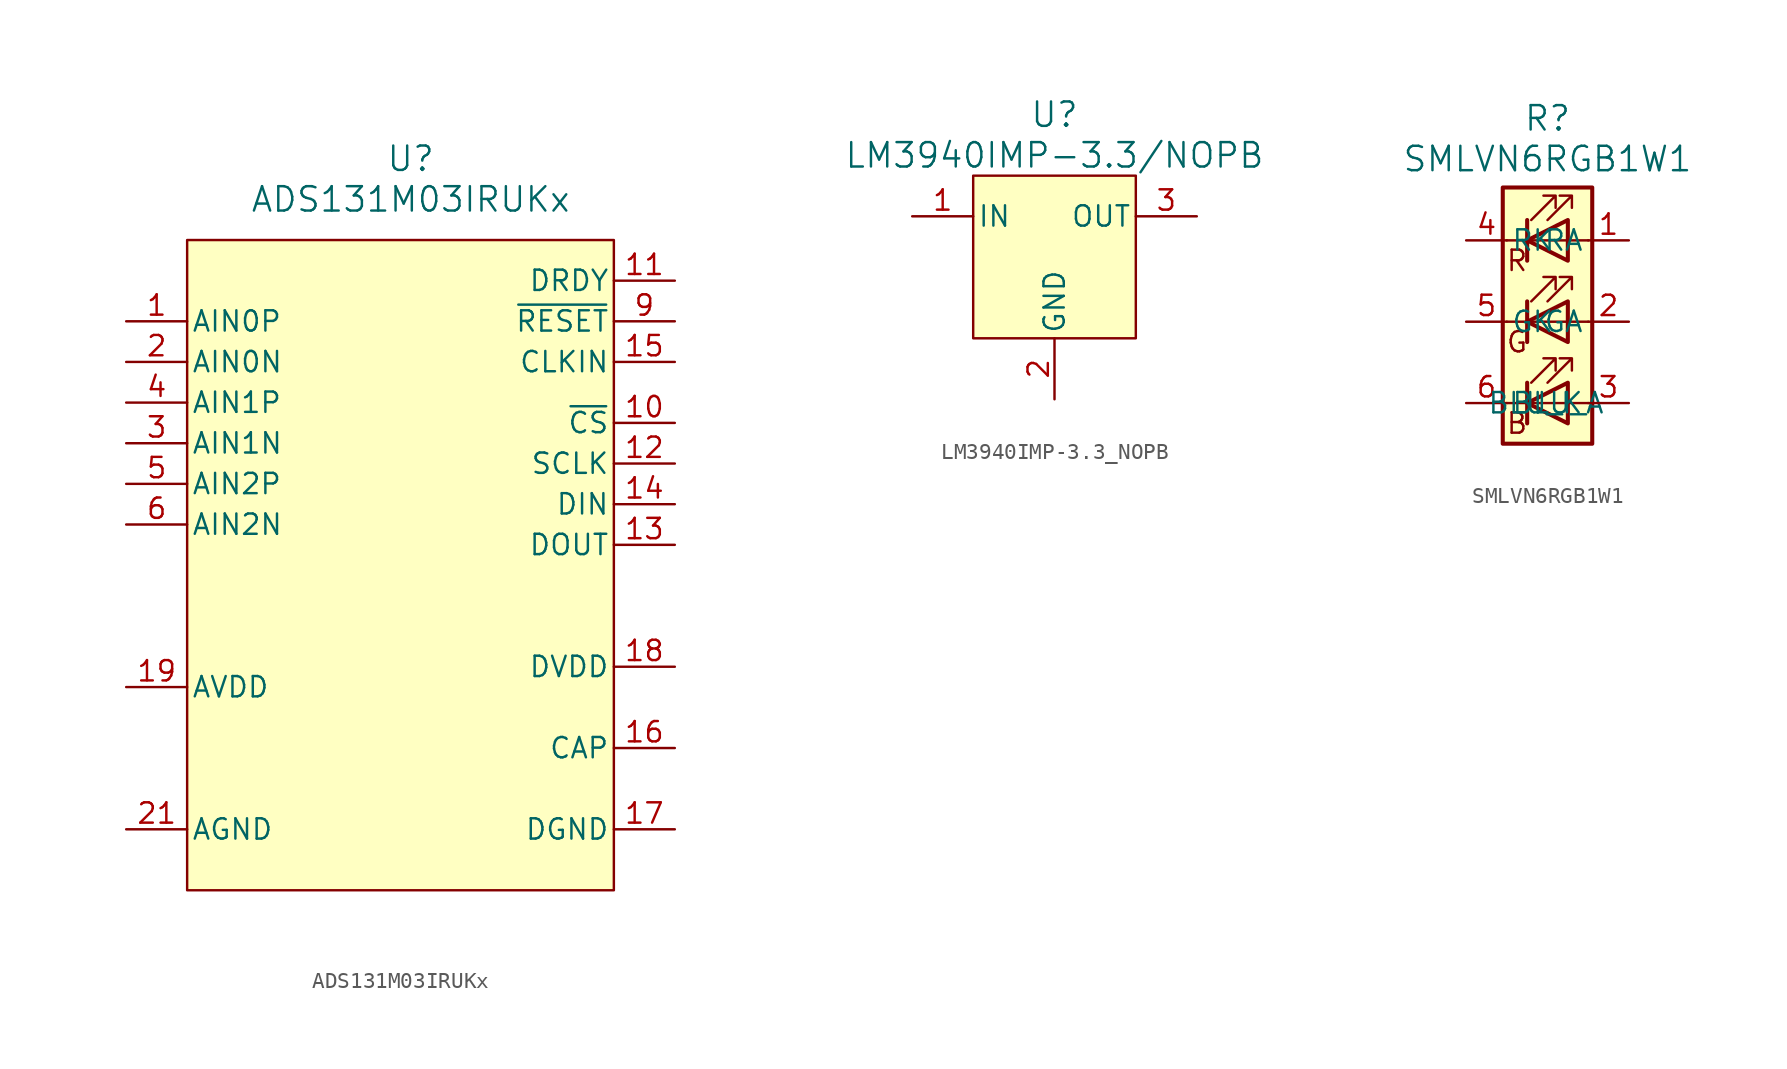
<source format=kicad_sym>
(kicad_symbol_lib
  (version 20241209)
  (generator "kicad_symbol_editor")
  (generator_version "9.0")
  (symbol "ADS131M03IRUKx"
    (pin_names
      (offset 0.254))
    (property "Reference" "U"
      (at 0 24.13 0)
      (effects (font (size 1.524 1.524))))
    (property "Value" "ADS131M03IRUKx"
      (at 0 21.59 0)
      (effects (font (size 1.524 1.524))))
    (symbol "ADS131M03IRUKx_1_1"
      (rectangle (start -13.97 19.05) (end 12.7 -21.59) (stroke (width 0) (type default)) (fill (type background)))
      (pin input line (at -17.78 13.97 0) (length 3.81) (name "AIN0P" (effects (font (size 1.27 1.27)))) (number "1" (effects (font (size 1.27 1.27)))))
      (pin input line (at -17.78 11.43 0) (length 3.81) (name "AIN0N" (effects (font (size 1.27 1.27)))) (number "2" (effects (font (size 1.27 1.27)))))
      (pin input line (at -17.78 8.89 0) (length 3.81) (name "AIN1P" (effects (font (size 1.27 1.27)))) (number "4" (effects (font (size 1.27 1.27)))))
      (pin input line (at -17.78 6.35 0) (length 3.81) (name "AIN1N" (effects (font (size 1.27 1.27)))) (number "3" (effects (font (size 1.27 1.27)))))
      (pin input line (at -17.78 3.81 0) (length 3.81) (name "AIN2P" (effects (font (size 1.27 1.27)))) (number "5" (effects (font (size 1.27 1.27)))))
      (pin input line (at -17.78 1.27 0) (length 3.81) (name "AIN2N" (effects (font (size 1.27 1.27)))) (number "6" (effects (font (size 1.27 1.27)))))
      (pin power_in line (at -17.78 -8.89 0) (length 3.81) (name "AVDD" (effects (font (size 1.27 1.27)))) (number "19" (effects (font (size 1.27 1.27)))))
      (pin power_in line (at -17.78 -17.78 0) (length 3.81) (hide yes) (name "AGND" (effects (font (size 1.27 1.27)))) (number "20" (effects (font (size 1.27 1.27)))))
      (pin power_in line (at -17.78 -17.78 0) (length 3.81) (name "AGND" (effects (font (size 1.27 1.27)))) (number "21" (effects (font (size 1.27 1.27)))))
      (pin no_connect line (at 0 6.35 90) (length 3.81) (hide yes) (name "NC" (effects (font (size 1.27 1.27)))) (number "8" (effects (font (size 1.27 1.27)))))
      (pin no_connect line (at 0 -5.08 90) (length 3.81) (hide yes) (name "NC" (effects (font (size 1.27 1.27)))) (number "7" (effects (font (size 1.27 1.27)))))
      (pin output line (at 16.51 16.51 180) (length 3.81) (name "DRDY" (effects (font (size 1.27 1.27)))) (number "11" (effects (font (size 1.27 1.27)))))
      (pin input line (at 16.51 13.97 180) (length 3.81) (name "~{RESET}" (effects (font (size 1.27 1.27)))) (number "9" (effects (font (size 1.27 1.27)))) (alternate "~{SYNC}" input line))
      (pin input line (at 16.51 11.43 180) (length 3.81) (name "CLKIN" (effects (font (size 1.27 1.27)))) (number "15" (effects (font (size 1.27 1.27)))))
      (pin input line (at 16.51 7.62 180) (length 3.81) (name "~{CS}" (effects (font (size 1.27 1.27)))) (number "10" (effects (font (size 1.27 1.27)))))
      (pin input line (at 16.51 5.08 180) (length 3.81) (name "SCLK" (effects (font (size 1.27 1.27)))) (number "12" (effects (font (size 1.27 1.27)))))
      (pin input line (at 16.51 2.54 180) (length 3.81) (name "DIN" (effects (font (size 1.27 1.27)))) (number "14" (effects (font (size 1.27 1.27)))))
      (pin output line (at 16.51 0 180) (length 3.81) (name "DOUT" (effects (font (size 1.27 1.27)))) (number "13" (effects (font (size 1.27 1.27)))))
      (pin power_in line (at 16.51 -7.62 180) (length 3.81) (name "DVDD" (effects (font (size 1.27 1.27)))) (number "18" (effects (font (size 1.27 1.27)))))
      (pin passive line (at 16.51 -12.7 180) (length 3.81) (name "CAP" (effects (font (size 1.27 1.27)))) (number "16" (effects (font (size 1.27 1.27)))))
      (pin power_in line (at 16.51 -17.78 180) (length 3.81) (name "DGND" (effects (font (size 1.27 1.27)))) (number "17" (effects (font (size 1.27 1.27)))))))
  (symbol "LM3940IMP-3.3_NOPB"
    (pin_names
      (offset 0.254))
    (property "Reference" "U"
      (at 0 6.35 0)
      (effects (font (size 1.524 1.524))))
    (property "Value" "LM3940IMP-3.3/NOPB"
      (at 0 3.81 0)
      (effects (font (size 1.524 1.524))))
    (symbol "LM3940IMP-3.3_NOPB_1_1"
      (rectangle (start -5.08 2.54) (end 5.08 -7.62) (stroke (width 0) (type default)) (fill (type background)))
      (pin power_in line (at -8.89 0 0) (length 3.81) (name "IN" (effects (font (size 1.27 1.27)))) (number "1" (effects (font (size 1.27 1.27)))))
      (pin power_in line (at 0 -11.43 90) (length 3.81) (name "GND" (effects (font (size 1.27 1.27)))) (number "2" (effects (font (size 1.27 1.27)))))
      (pin power_in line (at 0 -11.43 90) (length 3.81) (hide yes) (name "GND" (effects (font (size 1.27 1.27)))) (number "4" (effects (font (size 1.27 1.27)))))
      (pin power_out line (at 8.89 0 180) (length 3.81) (name "OUT" (effects (font (size 1.27 1.27)))) (number "3" (effects (font (size 1.27 1.27)))))))
  (symbol "SMLVN6RGB1W1"
    (pin_names
      (offset 0.254))
    (property "Reference" "R"
      (at 0 12.7 0)
      (effects (font (size 1.524 1.524))))
    (property "Value" "SMLVN6RGB1W1"
      (at 0 10.16 0)
      (effects (font (size 1.524 1.524))))
    (property "ki_locked" ""
      (at 0 0 0)
      (effects (font (size 1.27 1.27))))
    (symbol "SMLVN6RGB1W1_0_0"
      (text "R" (at -1.905 3.81 0) (effects (font (size 1.27 1.27))))
      (text "G" (at -1.905 -1.27 0) (effects (font (size 1.27 1.27))))
      (text "B" (at -1.905 -6.35 0) (effects (font (size 1.27 1.27)))))
    (symbol "SMLVN6RGB1W1_0_1"
      (rectangle (start -2.794 8.382) (end 2.794 -7.62) (stroke (width 0.254) (type default)) (fill (type background)))
      (polyline (pts (xy -1.27 6.35) (xy -1.27 3.81)) (stroke (width 0.254) (type default)) (fill (type none)))
      (polyline (pts (xy -1.27 6.35) (xy -1.27 3.81) (xy -1.27 3.81)) (stroke (width 0) (type default)) (fill (type none)))
      (polyline (pts (xy -1.27 5.08) (xy -2.54 5.08)) (stroke (width 0) (type default)) (fill (type none)))
      (polyline (pts (xy -1.27 5.08) (xy 1.27 5.08)) (stroke (width 0) (type default)) (fill (type none)))
      (polyline (pts (xy -1.27 1.27) (xy -1.27 -1.27)) (stroke (width 0.254) (type default)) (fill (type none)))
      (polyline (pts (xy -1.27 1.27) (xy -1.27 -1.27) (xy -1.27 -1.27)) (stroke (width 0) (type default)) (fill (type none)))
      (polyline (pts (xy -1.27 0) (xy -2.54 0)) (stroke (width 0) (type default)) (fill (type none)))
      (polyline (pts (xy -1.27 -3.81) (xy -1.27 -6.35)) (stroke (width 0.254) (type default)) (fill (type none)))
      (polyline (pts (xy -1.27 -5.08) (xy -2.54 -5.08)) (stroke (width 0) (type default)) (fill (type none)))
      (polyline (pts (xy -1.27 -5.08) (xy 1.27 -5.08)) (stroke (width 0) (type default)) (fill (type none)))
      (polyline (pts (xy -1.016 6.35) (xy 0.508 7.874) (xy -0.254 7.874) (xy 0.508 7.874) (xy 0.508 7.112)) (stroke (width 0) (type default)) (fill (type none)))
      (polyline (pts (xy -1.016 1.27) (xy 0.508 2.794) (xy -0.254 2.794) (xy 0.508 2.794) (xy 0.508 2.032)) (stroke (width 0) (type default)) (fill (type none)))
      (polyline (pts (xy -1.016 -3.81) (xy 0.508 -2.286) (xy -0.254 -2.286) (xy 0.508 -2.286) (xy 0.508 -3.048)) (stroke (width 0) (type default)) (fill (type none)))
      (polyline (pts (xy 0 6.35) (xy 1.524 7.874) (xy 0.762 7.874) (xy 1.524 7.874) (xy 1.524 7.112)) (stroke (width 0) (type default)) (fill (type none)))
      (polyline (pts (xy 0 1.27) (xy 1.524 2.794) (xy 0.762 2.794) (xy 1.524 2.794) (xy 1.524 2.032)) (stroke (width 0) (type default)) (fill (type none)))
      (polyline (pts (xy 0 -3.81) (xy 1.524 -2.286) (xy 0.762 -2.286) (xy 1.524 -2.286) (xy 1.524 -3.048)) (stroke (width 0) (type default)) (fill (type none)))
      (polyline (pts (xy 1.27 6.35) (xy 1.27 3.81) (xy -1.27 5.08) (xy 1.27 6.35)) (stroke (width 0.254) (type default)) (fill (type none)))
      (rectangle (start 1.27 6.35) (end 1.27 6.35) (stroke (width 0) (type default)) (fill (type none)))
      (polyline (pts (xy 1.27 5.08) (xy 2.54 5.08)) (stroke (width 0) (type default)) (fill (type none)))
      (rectangle (start 1.27 3.81) (end 1.27 6.35) (stroke (width 0) (type default)) (fill (type none)))
      (polyline (pts (xy 1.27 1.27) (xy 1.27 -1.27) (xy -1.27 0) (xy 1.27 1.27)) (stroke (width 0.254) (type default)) (fill (type none)))
      (rectangle (start 1.27 1.27) (end 1.27 1.27) (stroke (width 0) (type default)) (fill (type none)))
      (polyline (pts (xy 1.27 0) (xy -1.27 0)) (stroke (width 0) (type default)) (fill (type none)))
      (polyline (pts (xy 1.27 0) (xy 2.54 0)) (stroke (width 0) (type default)) (fill (type none)))
      (rectangle (start 1.27 -1.27) (end 1.27 1.27) (stroke (width 0) (type default)) (fill (type none)))
      (polyline (pts (xy 1.27 -3.81) (xy 1.27 -6.35) (xy -1.27 -5.08) (xy 1.27 -3.81)) (stroke (width 0.254) (type default)) (fill (type none)))
      (polyline (pts (xy 1.27 -5.08) (xy 2.54 -5.08)) (stroke (width 0) (type default)) (fill (type none))))
    (symbol "SMLVN6RGB1W1_1_1"
      (pin passive line (at -5.08 5.08 0) (length 2.54) (name "RK" (effects (font (size 1.27 1.27)))) (number "4" (effects (font (size 1.27 1.27)))))
      (pin passive line (at -5.08 0 0) (length 2.54) (name "GK" (effects (font (size 1.27 1.27)))) (number "5" (effects (font (size 1.27 1.27)))))
      (pin passive line (at -5.08 -5.08 0) (length 2.54) (name "BLU_A" (effects (font (size 1.27 1.27)))) (number "6" (effects (font (size 1.27 1.27)))))
      (pin passive line (at 5.08 5.08 180) (length 2.54) (name "RA" (effects (font (size 1.27 1.27)))) (number "1" (effects (font (size 1.27 1.27)))))
      (pin passive line (at 5.08 0 180) (length 2.54) (name "GA" (effects (font (size 1.27 1.27)))) (number "2" (effects (font (size 1.27 1.27)))))
      (pin passive line (at 5.08 -5.08 180) (length 2.54) (name "BLU_K" (effects (font (size 1.27 1.27)))) (number "3" (effects (font (size 1.27 1.27))))))))
</source>
